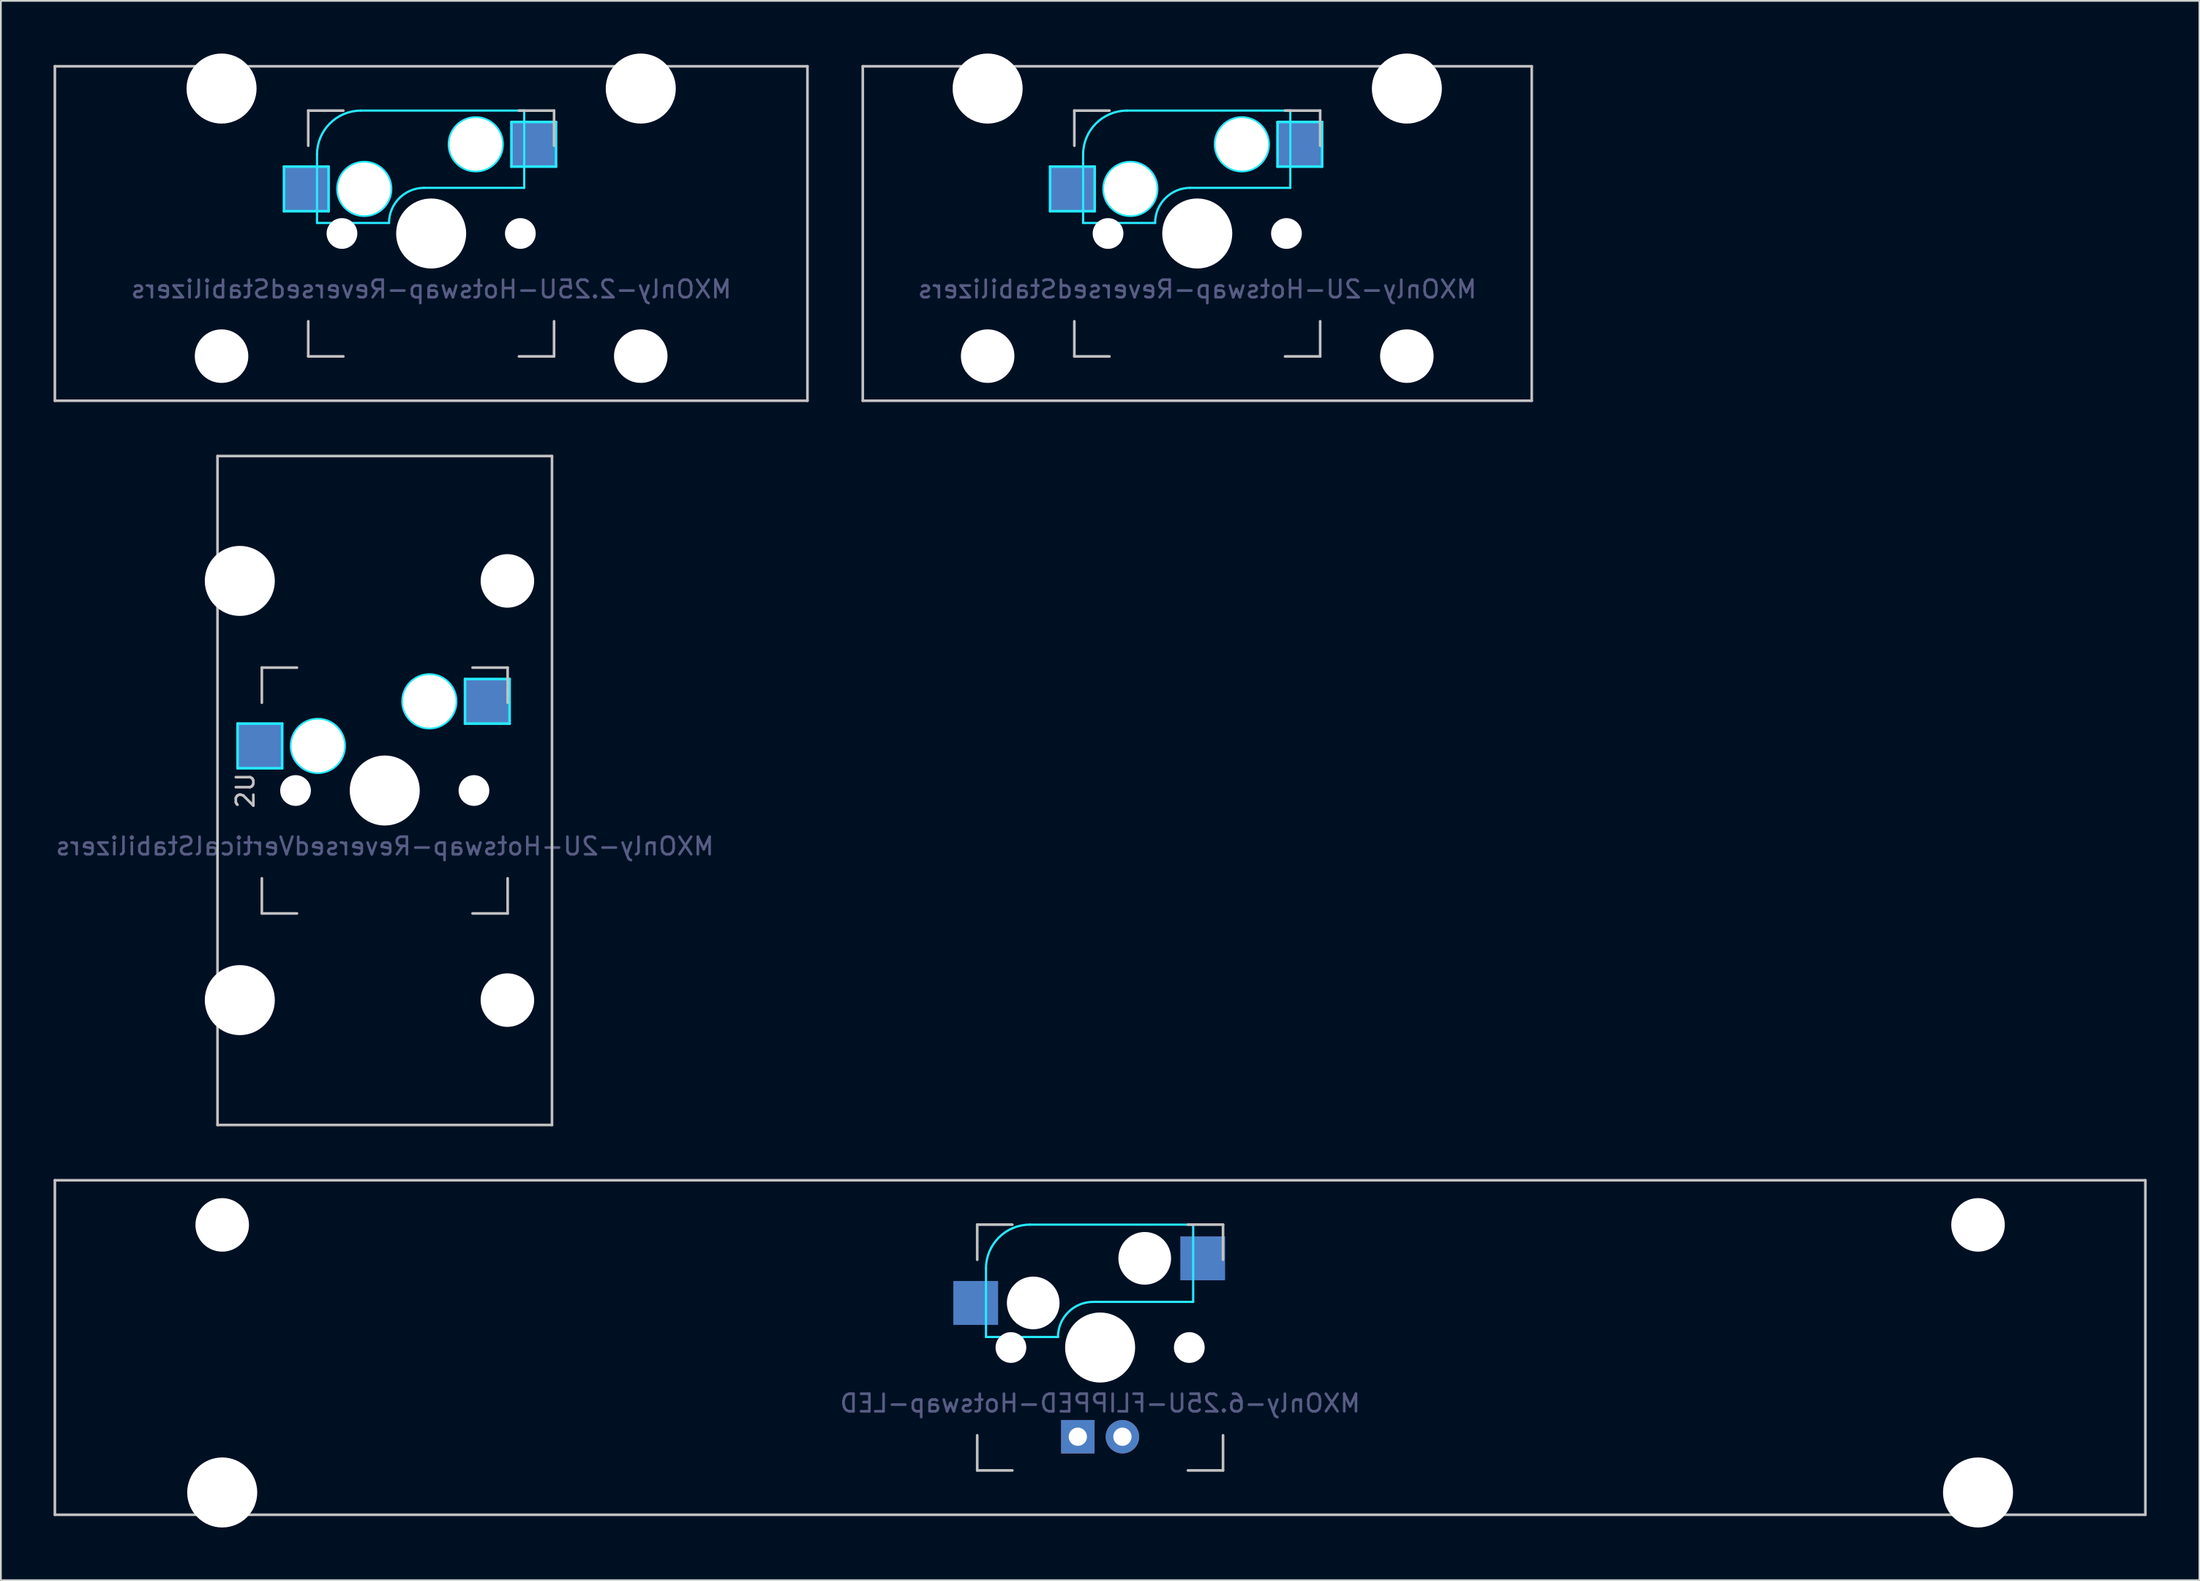
<source format=kicad_pcb>
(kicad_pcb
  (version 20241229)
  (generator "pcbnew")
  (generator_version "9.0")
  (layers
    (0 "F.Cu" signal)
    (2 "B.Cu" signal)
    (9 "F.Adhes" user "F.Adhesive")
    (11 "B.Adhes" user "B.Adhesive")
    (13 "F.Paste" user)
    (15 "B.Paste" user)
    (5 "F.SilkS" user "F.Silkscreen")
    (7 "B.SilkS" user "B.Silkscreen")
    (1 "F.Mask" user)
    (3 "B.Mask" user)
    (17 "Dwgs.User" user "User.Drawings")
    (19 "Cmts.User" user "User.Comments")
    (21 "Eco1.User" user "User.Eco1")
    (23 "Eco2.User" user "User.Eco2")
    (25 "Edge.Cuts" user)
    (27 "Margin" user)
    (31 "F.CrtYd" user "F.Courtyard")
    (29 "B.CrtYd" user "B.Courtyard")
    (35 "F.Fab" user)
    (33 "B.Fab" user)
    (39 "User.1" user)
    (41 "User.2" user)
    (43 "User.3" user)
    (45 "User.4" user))
  (footprint "MXOnly-2U-Hotswap-ReversedVerticalStabilizers"
    (layer "F.Cu")
    (at 18.863 41.974)
    (property "Reference" "MXOnly-2U-Hotswap-ReversedVerticalStabilizers" (at 0 3.175 0) (layer "B.Fab") (effects (font (size 1 1) (thickness 0.15)) (justify mirror)))
    (attr through_hole)
    (fp_line (start -9.525 -19.05) (end 9.525 -19.05) (stroke (width 0.15) (type solid)) (layer "Dwgs.User"))
    (fp_line (start -9.525 19.05) (end -9.525 -19.05) (stroke (width 0.15) (type solid)) (layer "Dwgs.User"))
    (fp_line (start -7 -7) (end -7 -5) (stroke (width 0.15) (type solid)) (layer "Dwgs.User"))
    (fp_line (start -7 5) (end -7 7) (stroke (width 0.15) (type solid)) (layer "Dwgs.User"))
    (fp_line (start -7 7) (end -5 7) (stroke (width 0.15) (type solid)) (layer "Dwgs.User"))
    (fp_line (start -5 -7) (end -7 -7) (stroke (width 0.15) (type solid)) (layer "Dwgs.User"))
    (fp_line (start 5 -7) (end 7 -7) (stroke (width 0.15) (type solid)) (layer "Dwgs.User"))
    (fp_line (start 5 7) (end 7 7) (stroke (width 0.15) (type solid)) (layer "Dwgs.User"))
    (fp_line (start 7 -7) (end 7 -5) (stroke (width 0.15) (type solid)) (layer "Dwgs.User"))
    (fp_line (start 7 7) (end 7 5) (stroke (width 0.15) (type solid)) (layer "Dwgs.User"))
    (fp_line (start 9.525 19.05) (end -9.525 19.05) (stroke (width 0.15) (type solid)) (layer "Dwgs.User"))
    (fp_line (start 9.525 19.05) (end 9.525 -19.05) (stroke (width 0.15) (type solid)) (layer "Dwgs.User"))
    (fp_line (start -8.382 -3.81) (end -5.842 -3.81) (stroke (width 0.15) (type solid)) (layer "B.CrtYd"))
    (fp_line (start -8.382 -1.27) (end -8.382 -3.81) (stroke (width 0.15) (type solid)) (layer "B.CrtYd"))
    (fp_line (start -5.842 -3.81) (end -5.842 -1.27) (stroke (width 0.15) (type solid)) (layer "B.CrtYd"))
    (fp_line (start -5.842 -1.27) (end -8.382 -1.27) (stroke (width 0.15) (type solid)) (layer "B.CrtYd"))
    (fp_line (start 4.572 -6.35) (end 7.112 -6.35) (stroke (width 0.15) (type solid)) (layer "B.CrtYd"))
    (fp_line (start 4.572 -3.81) (end 4.572 -6.35) (stroke (width 0.15) (type solid)) (layer "B.CrtYd"))
    (fp_line (start 7.112 -6.35) (end 7.112 -3.81) (stroke (width 0.15) (type solid)) (layer "B.CrtYd"))
    (fp_line (start 7.112 -3.81) (end 4.572 -3.81) (stroke (width 0.15) (type solid)) (layer "B.CrtYd"))
    (fp_circle (center -3.81 -2.54) (end -3.81 -4.064) (stroke (width 0.15) (type solid)) (fill no) (layer "B.CrtYd"))
    (fp_circle (center 2.54 -5.08) (end 2.54 -6.604) (stroke (width 0.15) (type solid)) (fill no) (layer "B.CrtYd"))
    (fp_text user "2U" (at -7.938 0 270) (layer "Dwgs.User") (effects (font (size 1 1) (thickness 0.15))))
    (pad "" np_thru_hole circle (at -8.255 -11.938 90) (size 3.988 3.988) (drill 3.988) (layers "*.Cu" "*.Mask"))
    (pad "" np_thru_hole circle (at -8.255 11.938 90) (size 3.988 3.988) (drill 3.988) (layers "*.Cu" "*.Mask"))
    (pad "" np_thru_hole circle (at -5.08 0 48.1) (size 1.75 1.75) (drill 1.75) (layers "*.Cu" "*.Mask"))
    (pad "" np_thru_hole circle (at -3.81 -2.54) (size 3 3) (drill 3) (layers "*.Cu" "*.Mask"))
    (pad "" np_thru_hole circle (at 0 0) (size 3.988 3.988) (drill 3.988) (layers "*.Cu" "*.Mask"))
    (pad "" np_thru_hole circle (at 2.54 -5.08) (size 3 3) (drill 3) (layers "*.Cu" "*.Mask"))
    (pad "" np_thru_hole circle (at 5.08 0 48.1) (size 1.75 1.75) (drill 1.75) (layers "*.Cu" "*.Mask"))
    (pad "" np_thru_hole circle (at 6.985 -11.938 180) (size 3.048 3.048) (drill 3.048) (layers "*.Cu" "*.Mask"))
    (pad "" np_thru_hole circle (at 6.985 11.938 90) (size 3.048 3.048) (drill 3.048) (layers "*.Cu" "*.Mask"))
    (pad "1" smd rect (at -7.085 -2.54) (size 2.55 2.5) (layers "B.Cu" "B.Mask" "B.Paste"))
    (pad "2" smd rect (at 5.842 -5.08) (size 2.55 2.5) (layers "B.Cu" "B.Mask" "B.Paste")))
  (footprint "MXOnly-2U-Hotswap-ReversedStabilizers"
    (layer "F.Cu")
    (at 65.138 10.249)
    (property "Reference" "MXOnly-2U-Hotswap-ReversedStabilizers" (at 0 3.175 0) (layer "B.Fab") (effects (font (size 1 1) (thickness 0.15)) (justify mirror)))
    (attr smd)
    (fp_line (start -19.05 -9.525) (end 19.05 -9.525) (stroke (width 0.15) (type solid)) (layer "Dwgs.User"))
    (fp_line (start -19.05 9.525) (end -19.05 -9.525) (stroke (width 0.15) (type solid)) (layer "Dwgs.User"))
    (fp_line (start -7 -7) (end -7 -5) (stroke (width 0.15) (type solid)) (layer "Dwgs.User"))
    (fp_line (start -7 5) (end -7 7) (stroke (width 0.15) (type solid)) (layer "Dwgs.User"))
    (fp_line (start -7 7) (end -5 7) (stroke (width 0.15) (type solid)) (layer "Dwgs.User"))
    (fp_line (start -5 -7) (end -7 -7) (stroke (width 0.15) (type solid)) (layer "Dwgs.User"))
    (fp_line (start 5 -7) (end 7 -7) (stroke (width 0.15) (type solid)) (layer "Dwgs.User"))
    (fp_line (start 5 7) (end 7 7) (stroke (width 0.15) (type solid)) (layer "Dwgs.User"))
    (fp_line (start 7 -7) (end 7 -5) (stroke (width 0.15) (type solid)) (layer "Dwgs.User"))
    (fp_line (start 7 7) (end 7 5) (stroke (width 0.15) (type solid)) (layer "Dwgs.User"))
    (fp_line (start 19.05 -9.525) (end 19.05 9.525) (stroke (width 0.15) (type solid)) (layer "Dwgs.User"))
    (fp_line (start 19.05 9.525) (end -19.05 9.525) (stroke (width 0.15) (type solid)) (layer "Dwgs.User"))
    (fp_line (start -8.382 -3.81) (end -5.842 -3.81) (stroke (width 0.15) (type solid)) (layer "B.CrtYd"))
    (fp_line (start -8.382 -1.27) (end -8.382 -3.81) (stroke (width 0.15) (type solid)) (layer "B.CrtYd"))
    (fp_line (start -6.5 -4.5) (end -6.5 -0.6) (stroke (width 0.127) (type solid)) (layer "B.CrtYd"))
    (fp_line (start -6.5 -0.6) (end -2.4 -0.6) (stroke (width 0.127) (type solid)) (layer "B.CrtYd"))
    (fp_line (start -5.842 -3.81) (end -5.842 -1.27) (stroke (width 0.15) (type solid)) (layer "B.CrtYd"))
    (fp_line (start -5.842 -1.27) (end -8.382 -1.27) (stroke (width 0.15) (type solid)) (layer "B.CrtYd"))
    (fp_line (start -0.4 -2.6) (end 5.3 -2.6) (stroke (width 0.127) (type solid)) (layer "B.CrtYd"))
    (fp_line (start 4.572 -6.35) (end 7.112 -6.35) (stroke (width 0.15) (type solid)) (layer "B.CrtYd"))
    (fp_line (start 4.572 -3.81) (end 4.572 -6.35) (stroke (width 0.15) (type solid)) (layer "B.CrtYd"))
    (fp_line (start 5.3 -7) (end -4 -7) (stroke (width 0.127) (type solid)) (layer "B.CrtYd"))
    (fp_line (start 5.3 -7) (end 5.3 -2.6) (stroke (width 0.127) (type solid)) (layer "B.CrtYd"))
    (fp_line (start 7.112 -6.35) (end 7.112 -3.81) (stroke (width 0.15) (type solid)) (layer "B.CrtYd"))
    (fp_line (start 7.112 -3.81) (end 4.572 -3.81) (stroke (width 0.15) (type solid)) (layer "B.CrtYd"))
    (fp_arc (start -6.5 -4.5) (mid -5.767767 -6.267767) (end -4 -7) (stroke (width 0.127) (type solid)) (layer "B.CrtYd"))
    (fp_arc (start -2.4 -0.6) (mid -1.814214 -2.014214) (end -0.4 -2.6) (stroke (width 0.127) (type solid)) (layer "B.CrtYd"))
    (fp_circle (center -3.81 -2.54) (end -3.81 -4.064) (stroke (width 0.15) (type solid)) (fill no) (layer "B.CrtYd"))
    (fp_circle (center 2.54 -5.08) (end 2.54 -6.604) (stroke (width 0.15) (type solid)) (fill no) (layer "B.CrtYd"))
    (pad "" np_thru_hole circle (at -11.938 -8.255) (size 3.988 3.988) (drill 3.988) (layers "*.Cu" "*.Mask"))
    (pad "" np_thru_hole circle (at -11.938 6.985) (size 3.048 3.048) (drill 3.048) (layers "*.Cu" "*.Mask"))
    (pad "" np_thru_hole circle (at -5.08 0 48.1) (size 1.75 1.75) (drill 1.75) (layers "*.Cu" "*.Mask"))
    (pad "" np_thru_hole circle (at -3.81 -2.54) (size 3 3) (drill 3) (layers "*.Cu" "*.Mask"))
    (pad "" np_thru_hole circle (at 0 0) (size 3.988 3.988) (drill 3.988) (layers "*.Cu" "*.Mask"))
    (pad "" np_thru_hole circle (at 2.54 -5.08) (size 3 3) (drill 3) (layers "*.Cu" "*.Mask"))
    (pad "" np_thru_hole circle (at 5.08 0 48.1) (size 1.75 1.75) (drill 1.75) (layers "*.Cu" "*.Mask"))
    (pad "" np_thru_hole circle (at 11.938 -8.255) (size 3.988 3.988) (drill 3.988) (layers "*.Cu" "*.Mask"))
    (pad "" np_thru_hole circle (at 11.938 6.985) (size 3.048 3.048) (drill 3.048) (layers "*.Cu" "*.Mask"))
    (pad "1" smd rect (at -7.085 -2.54) (size 2.55 2.5) (layers "B.Cu" "B.Mask" "B.Paste"))
    (pad "2" smd rect (at 5.842 -5.08) (size 2.55 2.5) (layers "B.Cu" "B.Mask" "B.Paste")))
  (footprint "MXOnly-6.25U-FLIPPED-Hotswap-LED"
    (layer "F.Cu")
    (at 59.606 73.699)
    (property "Reference" "MXOnly-6.25U-FLIPPED-Hotswap-LED" (at 0 3.175 0) (layer "B.Fab") (effects (font (size 1 1) (thickness 0.15)) (justify mirror)))
    (attr through_hole)
    (fp_line (start -59.531 -9.525) (end 59.531 -9.525) (stroke (width 0.15) (type solid)) (layer "Dwgs.User"))
    (fp_line (start -59.531 9.525) (end -59.531 -9.525) (stroke (width 0.15) (type solid)) (layer "Dwgs.User"))
    (fp_line (start -59.531 9.525) (end 59.531 9.525) (stroke (width 0.15) (type solid)) (layer "Dwgs.User"))
    (fp_line (start -7 -7) (end -7 -5) (stroke (width 0.15) (type solid)) (layer "Dwgs.User"))
    (fp_line (start -7 5) (end -7 7) (stroke (width 0.15) (type solid)) (layer "Dwgs.User"))
    (fp_line (start -7 7) (end -5 7) (stroke (width 0.15) (type solid)) (layer "Dwgs.User"))
    (fp_line (start -5 -7) (end -7 -7) (stroke (width 0.15) (type solid)) (layer "Dwgs.User"))
    (fp_line (start 5 -7) (end 7 -7) (stroke (width 0.15) (type solid)) (layer "Dwgs.User"))
    (fp_line (start 5 7) (end 7 7) (stroke (width 0.15) (type solid)) (layer "Dwgs.User"))
    (fp_line (start 7 -7) (end 7 -5) (stroke (width 0.15) (type solid)) (layer "Dwgs.User"))
    (fp_line (start 7 7) (end 7 5) (stroke (width 0.15) (type solid)) (layer "Dwgs.User"))
    (fp_line (start 59.531 -9.525) (end 59.531 9.525) (stroke (width 0.15) (type solid)) (layer "Dwgs.User"))
    (fp_line (start -6.5 -4.5) (end -6.5 -0.6) (stroke (width 0.127) (type solid)) (layer "B.CrtYd"))
    (fp_line (start -6.5 -0.6) (end -2.4 -0.6) (stroke (width 0.127) (type solid)) (layer "B.CrtYd"))
    (fp_line (start -0.4 -2.6) (end 5.3 -2.6) (stroke (width 0.127) (type solid)) (layer "B.CrtYd"))
    (fp_line (start 5.3 -7) (end -4 -7) (stroke (width 0.127) (type solid)) (layer "B.CrtYd"))
    (fp_line (start 5.3 -7) (end 5.3 -2.6) (stroke (width 0.127) (type solid)) (layer "B.CrtYd"))
    (fp_arc (start -6.5 -4.5) (mid -5.767767 -6.267767) (end -4 -7) (stroke (width 0.127) (type solid)) (layer "B.CrtYd"))
    (fp_arc (start -2.4 -0.6) (mid -1.814214 -2.014214) (end -0.4 -2.6) (stroke (width 0.127) (type solid)) (layer "B.CrtYd"))
    (pad "" np_thru_hole circle (at -50 -6.985) (size 3.048 3.048) (drill 3.048) (layers "*.Cu" "*.Mask"))
    (pad "" np_thru_hole circle (at -50 8.255) (size 3.988 3.988) (drill 3.988) (layers "*.Cu" "*.Mask"))
    (pad "" np_thru_hole circle (at -5.08 0 48.1) (size 1.75 1.75) (drill 1.75) (layers "*.Cu" "*.Mask"))
    (pad "" np_thru_hole circle (at -3.81 -2.54) (size 3 3) (drill 3) (layers "*.Cu" "*.Mask"))
    (pad "" np_thru_hole circle (at 0 0) (size 3.988 3.988) (drill 3.988) (layers "*.Cu" "*.Mask"))
    (pad "" np_thru_hole circle (at 2.54 -5.08) (size 3 3) (drill 3) (layers "*.Cu" "*.Mask"))
    (pad "" np_thru_hole circle (at 5.08 0 48.1) (size 1.75 1.75) (drill 1.75) (layers "*.Cu" "*.Mask"))
    (pad "" np_thru_hole circle (at 50 -6.985) (size 3.048 3.048) (drill 3.048) (layers "*.Cu" "*.Mask"))
    (pad "" np_thru_hole circle (at 50 8.255) (size 3.988 3.988) (drill 3.988) (layers "*.Cu" "*.Mask"))
    (pad "1" smd rect (at -7.085 -2.54) (size 2.55 2.5) (layers "B.Cu" "B.Mask" "B.Paste"))
    (pad "2" smd rect (at 5.842 -5.08) (size 2.55 2.5) (layers "B.Cu" "B.Mask" "B.Paste"))
    (pad "3" thru_hole circle (at 1.27 5.08 180) (size 1.905 1.905) (drill 1.04) (layers "*.Cu" "B.Mask"))
    (pad "4" thru_hole rect (at -1.27 5.08 180) (size 1.905 1.905) (drill 1.04) (layers "*.Cu" "B.Mask")))
  (footprint "MXOnly-2.25U-Hotswap-ReversedStabilizers"
    (layer "F.Cu")
    (at 21.506 10.249)
    (property "Reference" "MXOnly-2.25U-Hotswap-ReversedStabilizers" (at 0 3.175 0) (layer "B.Fab") (effects (font (size 1 1) (thickness 0.15)) (justify mirror)))
    (attr smd)
    (fp_line (start -21.431 -9.525) (end 21.431 -9.525) (stroke (width 0.15) (type solid)) (layer "Dwgs.User"))
    (fp_line (start -21.431 9.525) (end -21.431 -9.525) (stroke (width 0.15) (type solid)) (layer "Dwgs.User"))
    (fp_line (start -7 -7) (end -7 -5) (stroke (width 0.15) (type solid)) (layer "Dwgs.User"))
    (fp_line (start -7 5) (end -7 7) (stroke (width 0.15) (type solid)) (layer "Dwgs.User"))
    (fp_line (start -7 7) (end -5 7) (stroke (width 0.15) (type solid)) (layer "Dwgs.User"))
    (fp_line (start -5 -7) (end -7 -7) (stroke (width 0.15) (type solid)) (layer "Dwgs.User"))
    (fp_line (start 5 -7) (end 7 -7) (stroke (width 0.15) (type solid)) (layer "Dwgs.User"))
    (fp_line (start 5 7) (end 7 7) (stroke (width 0.15) (type solid)) (layer "Dwgs.User"))
    (fp_line (start 7 -7) (end 7 -5) (stroke (width 0.15) (type solid)) (layer "Dwgs.User"))
    (fp_line (start 7 7) (end 7 5) (stroke (width 0.15) (type solid)) (layer "Dwgs.User"))
    (fp_line (start 21.431 -9.525) (end 21.431 9.525) (stroke (width 0.15) (type solid)) (layer "Dwgs.User"))
    (fp_line (start 21.431 9.525) (end -21.431 9.525) (stroke (width 0.15) (type solid)) (layer "Dwgs.User"))
    (fp_line (start -8.382 -3.81) (end -5.842 -3.81) (stroke (width 0.15) (type solid)) (layer "B.CrtYd"))
    (fp_line (start -8.382 -1.27) (end -8.382 -3.81) (stroke (width 0.15) (type solid)) (layer "B.CrtYd"))
    (fp_line (start -6.5 -4.5) (end -6.5 -0.6) (stroke (width 0.127) (type solid)) (layer "B.CrtYd"))
    (fp_line (start -6.5 -0.6) (end -2.4 -0.6) (stroke (width 0.127) (type solid)) (layer "B.CrtYd"))
    (fp_line (start -5.842 -3.81) (end -5.842 -1.27) (stroke (width 0.15) (type solid)) (layer "B.CrtYd"))
    (fp_line (start -5.842 -1.27) (end -8.382 -1.27) (stroke (width 0.15) (type solid)) (layer "B.CrtYd"))
    (fp_line (start -0.4 -2.6) (end 5.3 -2.6) (stroke (width 0.127) (type solid)) (layer "B.CrtYd"))
    (fp_line (start 4.572 -6.35) (end 7.112 -6.35) (stroke (width 0.15) (type solid)) (layer "B.CrtYd"))
    (fp_line (start 4.572 -3.81) (end 4.572 -6.35) (stroke (width 0.15) (type solid)) (layer "B.CrtYd"))
    (fp_line (start 5.3 -7) (end -4 -7) (stroke (width 0.127) (type solid)) (layer "B.CrtYd"))
    (fp_line (start 5.3 -7) (end 5.3 -2.6) (stroke (width 0.127) (type solid)) (layer "B.CrtYd"))
    (fp_line (start 7.112 -6.35) (end 7.112 -3.81) (stroke (width 0.15) (type solid)) (layer "B.CrtYd"))
    (fp_line (start 7.112 -3.81) (end 4.572 -3.81) (stroke (width 0.15) (type solid)) (layer "B.CrtYd"))
    (fp_arc (start -6.5 -4.5) (mid -5.767767 -6.267767) (end -4 -7) (stroke (width 0.127) (type solid)) (layer "B.CrtYd"))
    (fp_arc (start -2.4 -0.6) (mid -1.814214 -2.014214) (end -0.4 -2.6) (stroke (width 0.127) (type solid)) (layer "B.CrtYd"))
    (fp_circle (center -3.81 -2.54) (end -3.81 -4.064) (stroke (width 0.15) (type solid)) (fill no) (layer "B.CrtYd"))
    (fp_circle (center 2.54 -5.08) (end 2.54 -6.604) (stroke (width 0.15) (type solid)) (fill no) (layer "B.CrtYd"))
    (pad "" np_thru_hole circle (at -11.938 -8.255) (size 3.988 3.988) (drill 3.988) (layers "*.Cu" "*.Mask"))
    (pad "" np_thru_hole circle (at -11.938 6.985) (size 3.048 3.048) (drill 3.048) (layers "*.Cu" "*.Mask"))
    (pad "" np_thru_hole circle (at -5.08 0 48.1) (size 1.75 1.75) (drill 1.75) (layers "*.Cu" "*.Mask"))
    (pad "" np_thru_hole circle (at -3.81 -2.54) (size 3 3) (drill 3) (layers "*.Cu" "*.Mask"))
    (pad "" np_thru_hole circle (at 0 0) (size 3.988 3.988) (drill 3.988) (layers "*.Cu" "*.Mask"))
    (pad "" np_thru_hole circle (at 2.54 -5.08) (size 3 3) (drill 3) (layers "*.Cu" "*.Mask"))
    (pad "" np_thru_hole circle (at 5.08 0 48.1) (size 1.75 1.75) (drill 1.75) (layers "*.Cu" "*.Mask"))
    (pad "" np_thru_hole circle (at 11.938 -8.255) (size 3.988 3.988) (drill 3.988) (layers "*.Cu" "*.Mask"))
    (pad "" np_thru_hole circle (at 11.938 6.985) (size 3.048 3.048) (drill 3.048) (layers "*.Cu" "*.Mask"))
    (pad "1" smd rect (at -7.085 -2.54) (size 2.55 2.5) (layers "B.Cu" "B.Mask" "B.Paste"))
    (pad "2" smd rect (at 5.842 -5.08) (size 2.55 2.5) (layers "B.Cu" "B.Mask" "B.Paste")))
  (gr_rect
    (start -3 -3)
    (end 122.213 86.948)
    (stroke (width 0.1) (type default))
    (fill no)
    (layer "Edge.Cuts")))
</source>
